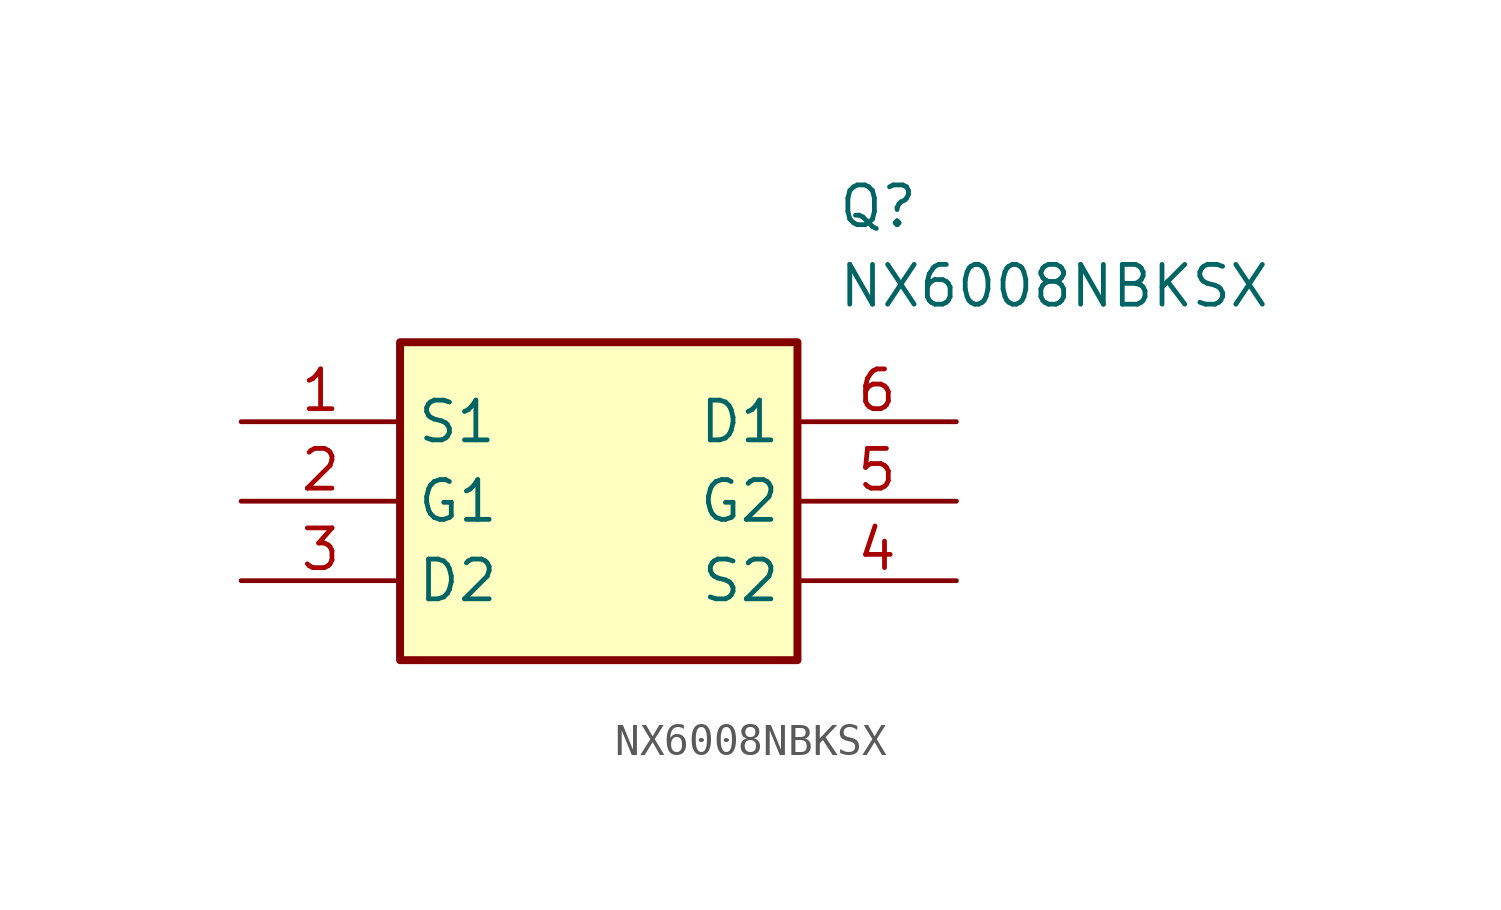
<source format=kicad_sym>
(kicad_symbol_lib
  (version 20211014)
  (generator SamacSys_ECAD_Model)
  (symbol "NX6008NBKSX"
    (property "Reference" "Q"
      (at 19.05 7.62 0)
      (effects (font (size 1.27 1.27)) (justify left top)))
    (property "Value" "NX6008NBKSX"
      (at 19.05 5.08 0)
      (effects (font (size 1.27 1.27)) (justify left top)))
    (rectangle
      (start 5.08 2.54)
      (end 17.78 -7.62)
      (stroke (width 0.254) (type default))
      (fill (type background)))
    (pin passive line
      (at 0 0 0)
      (length 5.08)
      (name "S1" (effects (font (size 1.27 1.27))))
      (number "1" (effects (font (size 1.27 1.27)))))
    (pin passive line
      (at 0 -2.54 0)
      (length 5.08)
      (name "G1" (effects (font (size 1.27 1.27))))
      (number "2" (effects (font (size 1.27 1.27)))))
    (pin passive line
      (at 0 -5.08 0)
      (length 5.08)
      (name "D2" (effects (font (size 1.27 1.27))))
      (number "3" (effects (font (size 1.27 1.27)))))
    (pin passive line
      (at 22.86 0 180)
      (length 5.08)
      (name "D1" (effects (font (size 1.27 1.27))))
      (number "6" (effects (font (size 1.27 1.27)))))
    (pin passive line
      (at 22.86 -2.54 180)
      (length 5.08)
      (name "G2" (effects (font (size 1.27 1.27))))
      (number "5" (effects (font (size 1.27 1.27)))))
    (pin passive line
      (at 22.86 -5.08 180)
      (length 5.08)
      (name "S2" (effects (font (size 1.27 1.27))))
      (number "4" (effects (font (size 1.27 1.27)))))))
</source>
